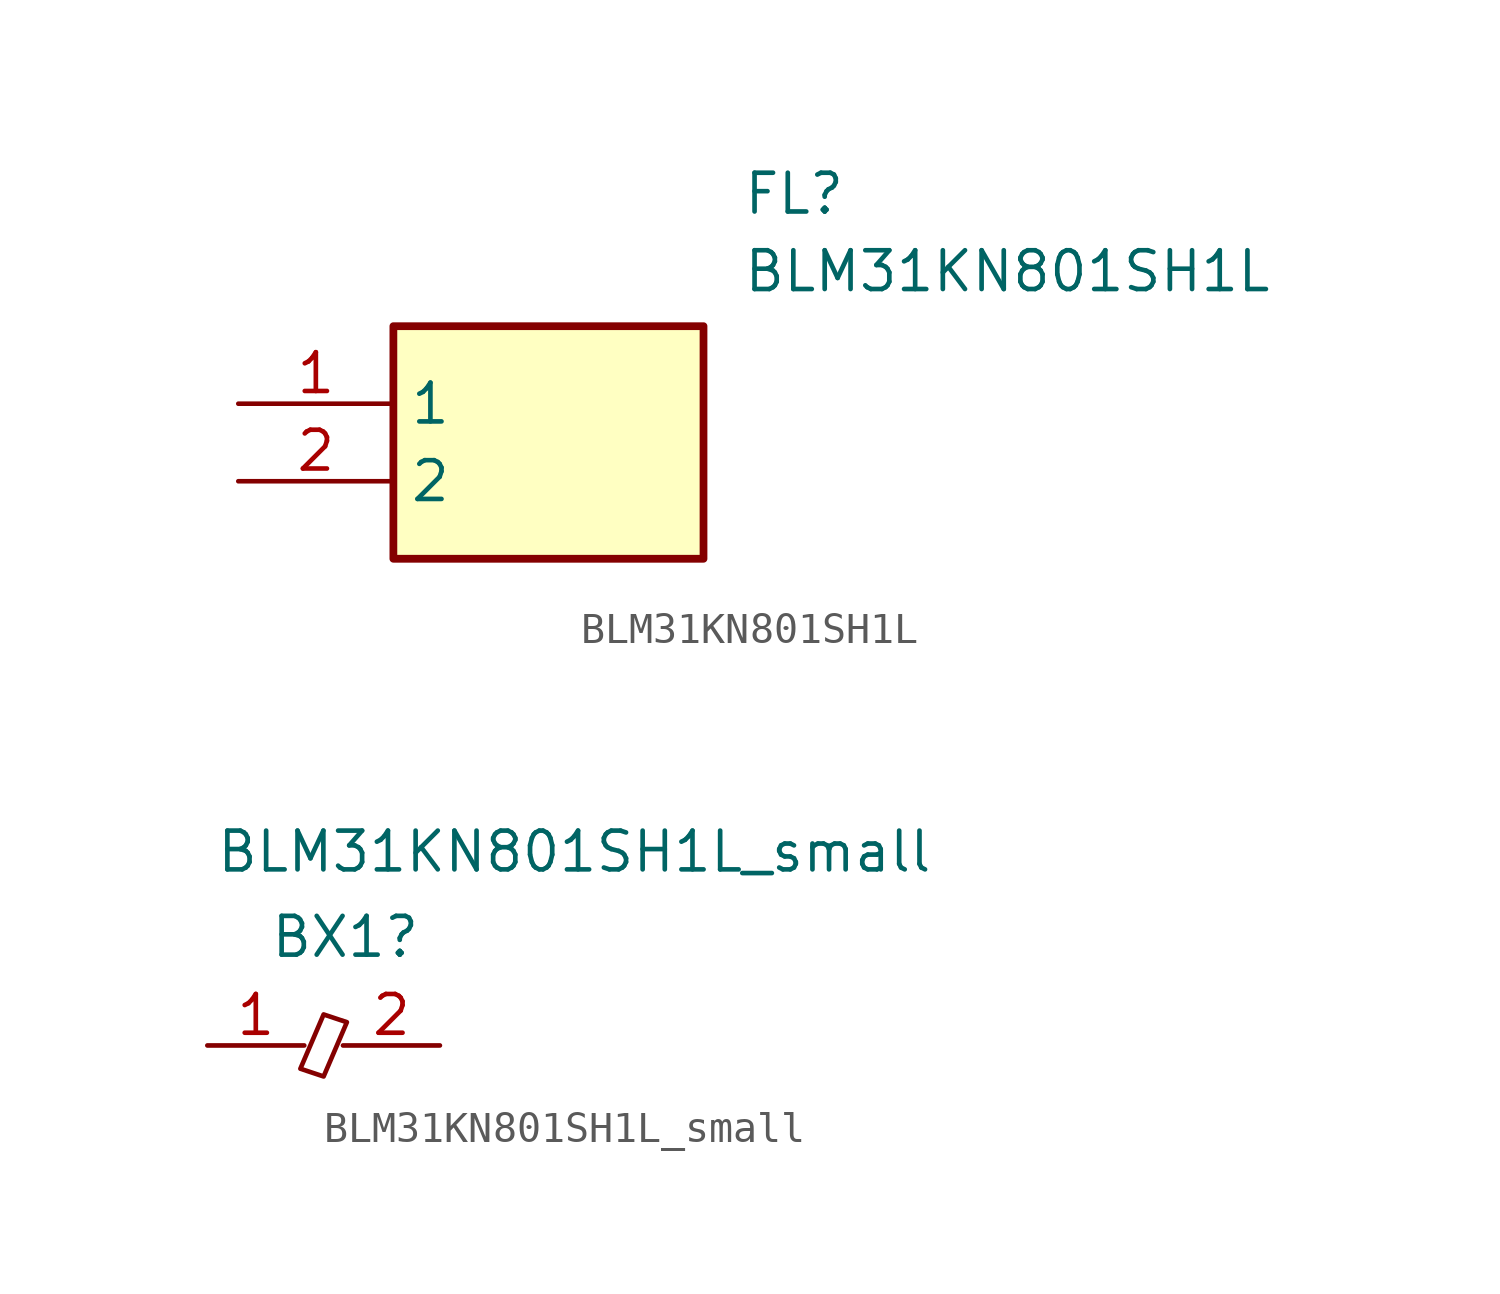
<source format=kicad_sym>
(kicad_symbol_lib
  (version 20231120)
  (generator "kicad_symbol_editor")
  (generator_version "8.0")
  (symbol "BLM31KN801SH1L"
    (property "Reference" "FL"
      (at 16.51 7.62 0)
      (effects (font (size 1.27 1.27)) (justify left top)))
    (property "Value" "BLM31KN801SH1L"
      (at 16.51 5.08 0)
      (effects (font (size 1.27 1.27)) (justify left top)))
    (symbol "BLM31KN801SH1L_1_1"
      (rectangle (start 5.08 2.54) (end 15.24 -5.08) (stroke (width 0.254) (type default)) (fill (type background)))
      (pin passive line (at 0 0 0) (length 5.08) (name "1" (effects (font (size 1.27 1.27)))) (number "1" (effects (font (size 1.27 1.27)))))
      (pin passive line (at 0 -2.54 0) (length 5.08) (name "2" (effects (font (size 1.27 1.27)))) (number "2" (effects (font (size 1.27 1.27)))))))
  (symbol "BLM31KN801SH1L_small"
    (pin_names hide)
    (property "Reference" "BX1"
      (at 2.032 3.556 0)
      (effects (font (size 1.27 1.27)) (justify left)))
    (property "Value" "BLM31KN801SH1L_small"
      (at 0.254 6.35 0)
      (effects (font (size 1.27 1.27)) (justify left)))
    (symbol "BLM31KN801SH1L_small_0_1"
      (polyline (pts (xy 3.81 1.016) (xy 3.048 -0.762) (xy 3.81 -1.016) (xy 4.572 0.762) (xy 3.81 1.016)) (stroke (width 0) (type default)) (fill (type none))))
    (symbol "BLM31KN801SH1L_small_1_1"
      (pin passive line (at 0 0 0) (length 3.175) (name "1" (effects (font (size 1.27 1.27)))) (number "1" (effects (font (size 1.27 1.27)))))
      (pin passive line (at 7.62 0 180) (length 3.175) (name "2" (effects (font (size 1.27 1.27)))) (number "2" (effects (font (size 1.27 1.27))))))))
</source>
